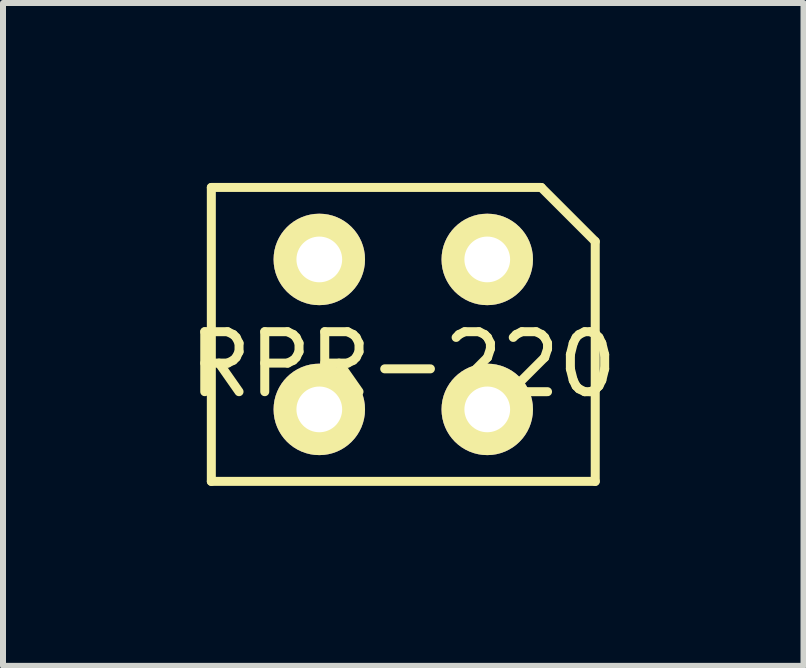
<source format=kicad_pcb>
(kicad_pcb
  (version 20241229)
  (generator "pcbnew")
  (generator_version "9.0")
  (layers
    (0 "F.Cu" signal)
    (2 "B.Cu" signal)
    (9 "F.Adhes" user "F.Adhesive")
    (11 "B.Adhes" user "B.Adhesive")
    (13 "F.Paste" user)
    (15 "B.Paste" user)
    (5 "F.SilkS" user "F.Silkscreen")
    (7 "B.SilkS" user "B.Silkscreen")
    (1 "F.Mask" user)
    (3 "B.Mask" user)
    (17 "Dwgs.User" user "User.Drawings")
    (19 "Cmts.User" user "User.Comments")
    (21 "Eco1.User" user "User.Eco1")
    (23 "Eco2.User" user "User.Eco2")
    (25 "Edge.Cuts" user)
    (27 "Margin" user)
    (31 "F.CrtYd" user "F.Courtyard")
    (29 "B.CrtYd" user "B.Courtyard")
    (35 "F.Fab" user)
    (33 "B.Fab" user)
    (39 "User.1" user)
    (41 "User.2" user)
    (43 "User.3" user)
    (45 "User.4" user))
  (footprint "RPR-220"
    (layer "F.Cu")
    (at 3.673 2.525)
    (property "Reference" "RPR-220" (at 0 0.5 0) (layer "F.SilkS") (effects (font (size 1 1) (thickness 0.15))))
    (attr through_hole)
    (fp_line (start -3.2 -2.45) (end 2.3 -2.45) (stroke (width 0.15) (type solid)) (layer "F.SilkS"))
    (fp_line (start -3.2 2.45) (end -3.2 -2.45) (stroke (width 0.15) (type solid)) (layer "F.SilkS"))
    (fp_line (start 2.3 -2.45) (end 3.2 -1.55) (stroke (width 0.15) (type solid)) (layer "F.SilkS"))
    (fp_line (start 3.2 -1.55) (end 3.2 2.45) (stroke (width 0.15) (type solid)) (layer "F.SilkS"))
    (fp_line (start 3.2 2.45) (end -3.2 2.45) (stroke (width 0.15) (type solid)) (layer "F.SilkS"))
    (pad "1" thru_hole circle (at -1.4 1.25) (size 1.524 1.524) (drill 0.762) (layers "*.Cu" "*.Mask" "F.SilkS"))
    (pad "2" thru_hole circle (at -1.4 -1.25) (size 1.524 1.524) (drill 0.762) (layers "*.Cu" "*.Mask" "F.SilkS"))
    (pad "3" thru_hole circle (at 1.4 -1.25) (size 1.524 1.524) (drill 0.762) (layers "*.Cu" "*.Mask" "F.SilkS"))
    (pad "4" thru_hole circle (at 1.4 1.25) (size 1.524 1.524) (drill 0.762) (layers "*.Cu" "*.Mask" "F.SilkS")))
  (gr_rect
    (start -3 -3)
    (end 10.345 8.05)
    (stroke (width 0.1) (type default))
    (fill no)
    (layer "Edge.Cuts")))
</source>
